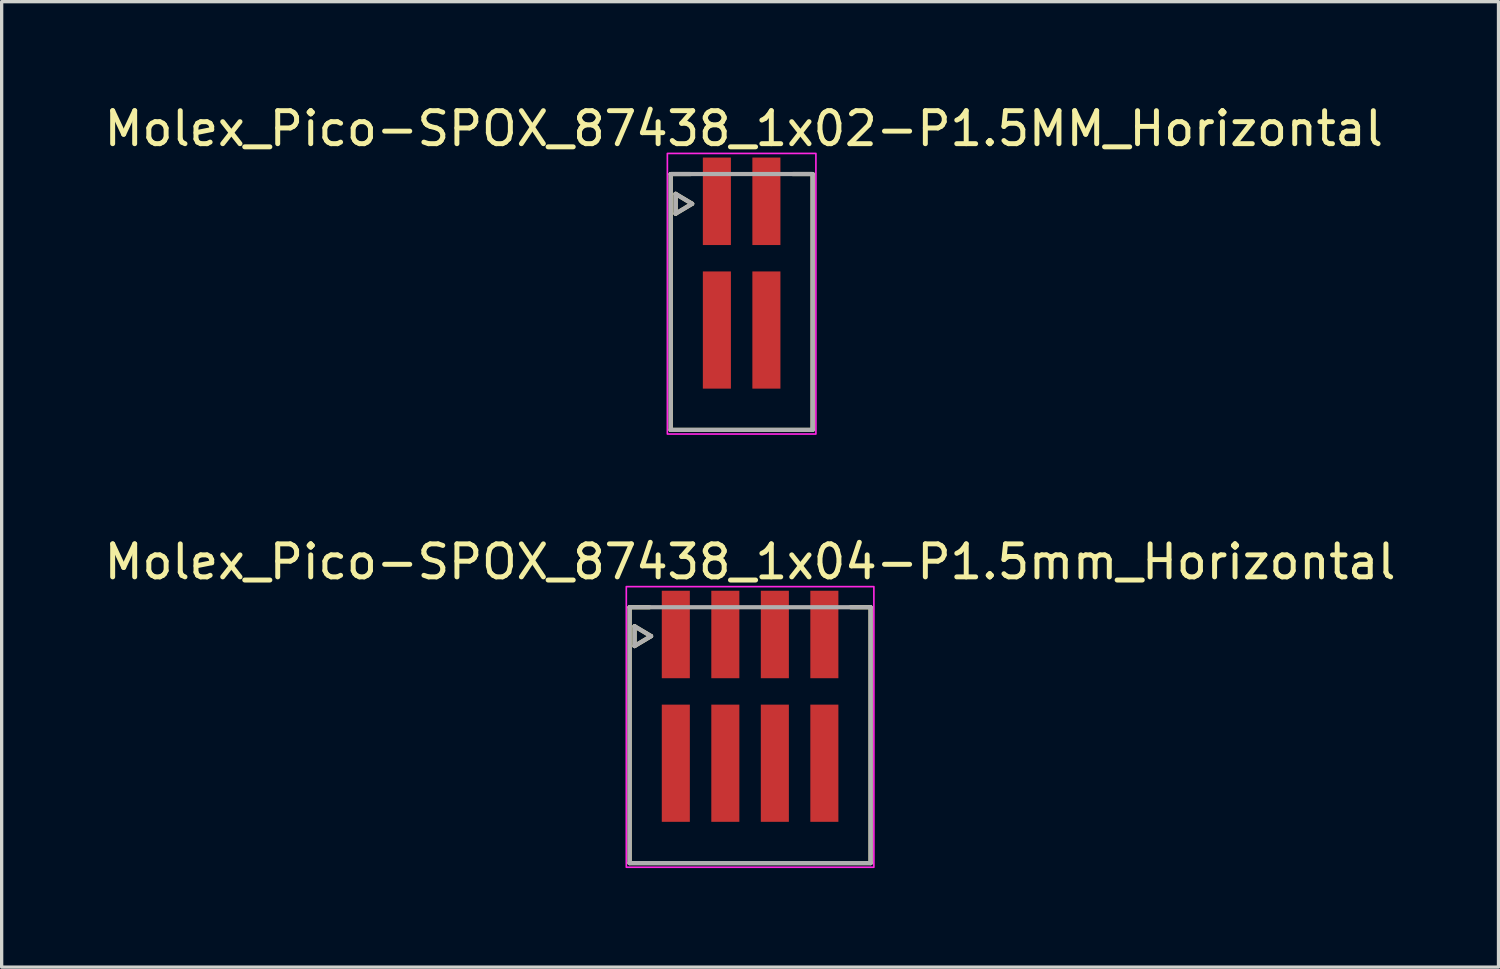
<source format=kicad_pcb>
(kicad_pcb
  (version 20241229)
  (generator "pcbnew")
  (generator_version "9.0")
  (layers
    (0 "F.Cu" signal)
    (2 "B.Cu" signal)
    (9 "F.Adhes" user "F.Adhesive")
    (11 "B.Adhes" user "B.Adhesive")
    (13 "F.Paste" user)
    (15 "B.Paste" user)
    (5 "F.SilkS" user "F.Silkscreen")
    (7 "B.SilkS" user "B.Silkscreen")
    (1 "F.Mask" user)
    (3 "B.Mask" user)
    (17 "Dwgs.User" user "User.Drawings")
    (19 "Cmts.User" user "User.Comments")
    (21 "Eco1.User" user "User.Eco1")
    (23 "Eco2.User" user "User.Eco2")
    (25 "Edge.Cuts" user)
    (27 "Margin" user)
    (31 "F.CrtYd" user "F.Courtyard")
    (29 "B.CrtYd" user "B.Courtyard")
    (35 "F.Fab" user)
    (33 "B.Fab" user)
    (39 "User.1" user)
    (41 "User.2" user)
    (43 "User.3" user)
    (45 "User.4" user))
  (footprint "Molex_Pico-SPOX_87438_1x04-P1.5mm_Horizontal"
    (layer "F.Cu")
    (at 19.673 19.221)
    (property "Reference" "Molex_Pico-SPOX_87438_1x04-P1.5mm_Horizontal" (at 0 -5.25 0) (layer "F.SilkS") (effects (font (size 1 1) (thickness 0.15))))
    (attr smd)
    (fp_poly (pts (xy -2.751 -4.451) (xy -1.749 -4.451) (xy -1.749 -1.649) (xy -2.751 -1.649)) (stroke (width 0.01) (type solid)) (fill yes) (layer "F.Mask"))
    (fp_poly (pts (xy -2.751 -1.001) (xy -1.749 -1.001) (xy -1.749 2.701) (xy -2.751 2.701)) (stroke (width 0.01) (type solid)) (fill yes) (layer "F.Mask"))
    (fp_poly (pts (xy -1.251 -4.451) (xy -0.249 -4.451) (xy -0.249 -1.649) (xy -1.251 -1.649)) (stroke (width 0.01) (type solid)) (fill yes) (layer "F.Mask"))
    (fp_poly (pts (xy -1.251 -1.001) (xy -0.249 -1.001) (xy -0.249 2.701) (xy -1.251 2.701)) (stroke (width 0.01) (type solid)) (fill yes) (layer "F.Mask"))
    (fp_poly (pts (xy 0.249 -4.451) (xy 1.251 -4.451) (xy 1.251 -1.649) (xy 0.249 -1.649)) (stroke (width 0.01) (type solid)) (fill yes) (layer "F.Mask"))
    (fp_poly (pts (xy 0.249 -1.001) (xy 1.251 -1.001) (xy 1.251 2.701) (xy 0.249 2.701)) (stroke (width 0.01) (type solid)) (fill yes) (layer "F.Mask"))
    (fp_poly (pts (xy 1.749 -4.451) (xy 2.751 -4.451) (xy 2.751 -1.649) (xy 1.749 -1.649)) (stroke (width 0.01) (type solid)) (fill yes) (layer "F.Mask"))
    (fp_poly (pts (xy 1.749 -1.001) (xy 2.751 -1.001) (xy 2.751 2.701) (xy 1.749 2.701)) (stroke (width 0.01) (type solid)) (fill yes) (layer "F.Mask"))
    (fp_line (start -3.65 3.875) (end -3.65 -3.875) (stroke (width 0.127) (type solid)) (layer "F.SilkS"))
    (fp_line (start -3.65 3.875) (end 3.65 3.875) (stroke (width 0.127) (type solid)) (layer "F.SilkS"))
    (fp_line (start -3.5 -3.3) (end -3.5 -2.7) (stroke (width 0.127) (type solid)) (layer "F.SilkS"))
    (fp_line (start -3.5 -2.7) (end -3 -3) (stroke (width 0.127) (type solid)) (layer "F.SilkS"))
    (fp_line (start -3.05 -3.875) (end -3.65 -3.875) (stroke (width 0.127) (type solid)) (layer "F.SilkS"))
    (fp_line (start -3 -3) (end -3.5 -3.3) (stroke (width 0.127) (type solid)) (layer "F.SilkS"))
    (fp_line (start 3.65 -3.875) (end 3.05 -3.875) (stroke (width 0.127) (type solid)) (layer "F.SilkS"))
    (fp_line (start 3.65 3.875) (end 3.65 -3.875) (stroke (width 0.127) (type solid)) (layer "F.SilkS"))
    (fp_rect (start -3.75 -4.5) (end 3.75 4) (stroke (width 0.05) (type default)) (fill no) (layer "F.CrtYd"))
    (fp_line (start -3.65 -3.875) (end 3.65 -3.875) (stroke (width 0.127) (type solid)) (layer "F.Fab"))
    (fp_line (start -3.65 3.875) (end -3.65 -3.875) (stroke (width 0.127) (type solid)) (layer "F.Fab"))
    (fp_line (start -3.5 -3.3) (end -3 -3) (stroke (width 0.127) (type solid)) (layer "F.Fab"))
    (fp_line (start -3.5 -2.7) (end -3.5 -3.3) (stroke (width 0.127) (type solid)) (layer "F.Fab"))
    (fp_line (start -3 -3) (end -3.5 -2.7) (stroke (width 0.127) (type solid)) (layer "F.Fab"))
    (fp_line (start 3.65 -3.875) (end 3.65 3.875) (stroke (width 0.127) (type solid)) (layer "F.Fab"))
    (fp_line (start 3.65 3.875) (end -3.65 3.875) (stroke (width 0.127) (type solid)) (layer "F.Fab"))
    (pad "" smd rect (at -2.25 0.85) (size 0.85 3.55) (layers "F.Cu" "F.Paste"))
    (pad "" smd rect (at -0.75 0.85) (size 0.85 3.55) (layers "F.Cu" "F.Paste"))
    (pad "" smd rect (at 0.75 0.85) (size 0.85 3.55) (layers "F.Cu" "F.Paste"))
    (pad "" smd rect (at 2.25 0.85) (size 0.85 3.55) (layers "F.Cu" "F.Paste"))
    (pad "1" smd rect (at -2.25 -3.05) (size 0.85 2.65) (layers "F.Cu" "F.Paste"))
    (pad "2" smd rect (at -0.75 -3.05) (size 0.85 2.65) (layers "F.Cu" "F.Paste"))
    (pad "3" smd rect (at 0.75 -3.05) (size 0.85 2.65) (layers "F.Cu" "F.Paste"))
    (pad "4" smd rect (at 2.25 -3.05) (size 0.85 2.65) (layers "F.Cu" "F.Paste"))
    (zone (net_name "") (layer "F.Cu") (hatch full 0.508) (connect_pads) (min_thickness 0.01) (filled_areas_thickness no) (keepout (tracks not_allowed) (vias not_allowed) (pads not_allowed) (copperpour not_allowed) (footprints allowed)) (placement (enabled no)) (fill) (polygon (pts (xy 16.998 17.497) (xy 17.848 17.497) (xy 17.848 18.297) (xy 16.998 18.297))))
    (zone (net_name "") (layer "F.Cu") (hatch full 0.508) (connect_pads) (min_thickness 0.01) (filled_areas_thickness no) (keepout (tracks not_allowed) (vias not_allowed) (pads not_allowed) (copperpour not_allowed) (footprints allowed)) (placement (enabled no)) (fill) (polygon (pts (xy 18.498 17.497) (xy 19.348 17.497) (xy 19.348 18.297) (xy 18.498 18.297))))
    (zone (net_name "") (layer "F.Cu") (hatch full 0.508) (connect_pads) (min_thickness 0.01) (filled_areas_thickness no) (keepout (tracks not_allowed) (vias not_allowed) (pads not_allowed) (copperpour not_allowed) (footprints allowed)) (placement (enabled no)) (fill) (polygon (pts (xy 19.998 17.497) (xy 20.848 17.497) (xy 20.848 18.297) (xy 19.998 18.297))))
    (zone (net_name "") (layer "F.Cu") (hatch full 0.508) (connect_pads) (min_thickness 0.01) (filled_areas_thickness no) (keepout (tracks not_allowed) (vias not_allowed) (pads not_allowed) (copperpour not_allowed) (footprints allowed)) (placement (enabled no)) (fill) (polygon (pts (xy 21.498 17.497) (xy 22.348 17.497) (xy 22.348 18.297) (xy 21.498 18.297)))))
  (footprint "Molex_Pico-SPOX_87438_1x02-P1.5MM_Horizontal"
    (layer "F.Cu")
    (at 19.417 6.098)
    (property "Reference" "Molex_Pico-SPOX_87438_1x02-P1.5MM_Horizontal" (at 0.065 -5.25 0) (layer "F.SilkS") (effects (font (size 1 1) (thickness 0.15))))
    (attr smd)
    (fp_poly (pts (xy -1.251 -4.451) (xy -0.249 -4.451) (xy -0.249 -1.649) (xy -1.251 -1.649)) (stroke (width 0.01) (type solid)) (fill yes) (layer "F.Mask"))
    (fp_poly (pts (xy -1.251 -1.001) (xy -0.249 -1.001) (xy -0.249 2.701) (xy -1.251 2.701)) (stroke (width 0.01) (type solid)) (fill yes) (layer "F.Mask"))
    (fp_poly (pts (xy 0.249 -4.451) (xy 1.251 -4.451) (xy 1.251 -1.649) (xy 0.249 -1.649)) (stroke (width 0.01) (type solid)) (fill yes) (layer "F.Mask"))
    (fp_poly (pts (xy 0.249 -1.001) (xy 1.251 -1.001) (xy 1.251 2.701) (xy 0.249 2.701)) (stroke (width 0.01) (type solid)) (fill yes) (layer "F.Mask"))
    (fp_line (start -2.15 3.875) (end -2.15 -3.875) (stroke (width 0.127) (type solid)) (layer "F.SilkS"))
    (fp_line (start -2.15 3.875) (end 2.15 3.875) (stroke (width 0.127) (type solid)) (layer "F.SilkS"))
    (fp_line (start -2 -3.275) (end -2 -2.675) (stroke (width 0.127) (type solid)) (layer "F.SilkS"))
    (fp_line (start -2 -2.675) (end -1.5 -2.975) (stroke (width 0.127) (type solid)) (layer "F.SilkS"))
    (fp_line (start -1.55 -3.875) (end -2.15 -3.875) (stroke (width 0.127) (type solid)) (layer "F.SilkS"))
    (fp_line (start -1.5 -2.975) (end -2 -3.275) (stroke (width 0.127) (type solid)) (layer "F.SilkS"))
    (fp_line (start 2.15 -3.875) (end 1.55 -3.875) (stroke (width 0.127) (type solid)) (layer "F.SilkS"))
    (fp_line (start 2.15 3.875) (end 2.15 -3.875) (stroke (width 0.127) (type solid)) (layer "F.SilkS"))
    (fp_rect (start -2.25 -4.5) (end 2.25 4) (stroke (width 0.05) (type default)) (fill no) (layer "F.CrtYd"))
    (fp_line (start -2.15 -3.875) (end 2.15 -3.875) (stroke (width 0.127) (type solid)) (layer "F.Fab"))
    (fp_line (start -2.15 3.875) (end -2.15 -3.875) (stroke (width 0.127) (type solid)) (layer "F.Fab"))
    (fp_line (start -2 -3.275) (end -1.5 -2.975) (stroke (width 0.127) (type solid)) (layer "F.Fab"))
    (fp_line (start -2 -2.675) (end -2 -3.275) (stroke (width 0.127) (type solid)) (layer "F.Fab"))
    (fp_line (start -1.5 -2.975) (end -2 -2.675) (stroke (width 0.127) (type solid)) (layer "F.Fab"))
    (fp_line (start 2.15 -3.875) (end 2.15 3.875) (stroke (width 0.127) (type solid)) (layer "F.Fab"))
    (fp_line (start 2.15 3.875) (end -2.15 3.875) (stroke (width 0.127) (type solid)) (layer "F.Fab"))
    (pad "" smd rect (at -0.75 0.85) (size 0.85 3.55) (layers "F.Cu" "F.Paste"))
    (pad "" smd rect (at 0.75 0.85) (size 0.85 3.55) (layers "F.Cu" "F.Paste"))
    (pad "1" smd rect (at -0.75 -3.05) (size 0.85 2.65) (layers "F.Cu" "F.Paste"))
    (pad "2" smd rect (at 0.75 -3.05) (size 0.85 2.65) (layers "F.Cu" "F.Paste"))
    (zone (net_name "") (layer "F.Cu") (hatch full 0.508) (connect_pads) (min_thickness 0.01) (filled_areas_thickness no) (keepout (tracks not_allowed) (vias not_allowed) (pads not_allowed) (copperpour not_allowed) (footprints allowed)) (placement (enabled no)) (fill) (polygon (pts (xy 18.242 4.373) (xy 19.092 4.373) (xy 19.092 5.173) (xy 18.242 5.173))))
    (zone (net_name "") (layer "F.Cu") (hatch full 0.508) (connect_pads) (min_thickness 0.01) (filled_areas_thickness no) (keepout (tracks not_allowed) (vias not_allowed) (pads not_allowed) (copperpour not_allowed) (footprints allowed)) (placement (enabled no)) (fill) (polygon (pts (xy 19.742 4.373) (xy 20.592 4.373) (xy 20.592 5.173) (xy 19.742 5.173)))))
  (gr_rect
    (start -3 -3)
    (end 42.345 26.247)
    (stroke (width 0.1) (type default))
    (fill no)
    (layer "Edge.Cuts")))
</source>
